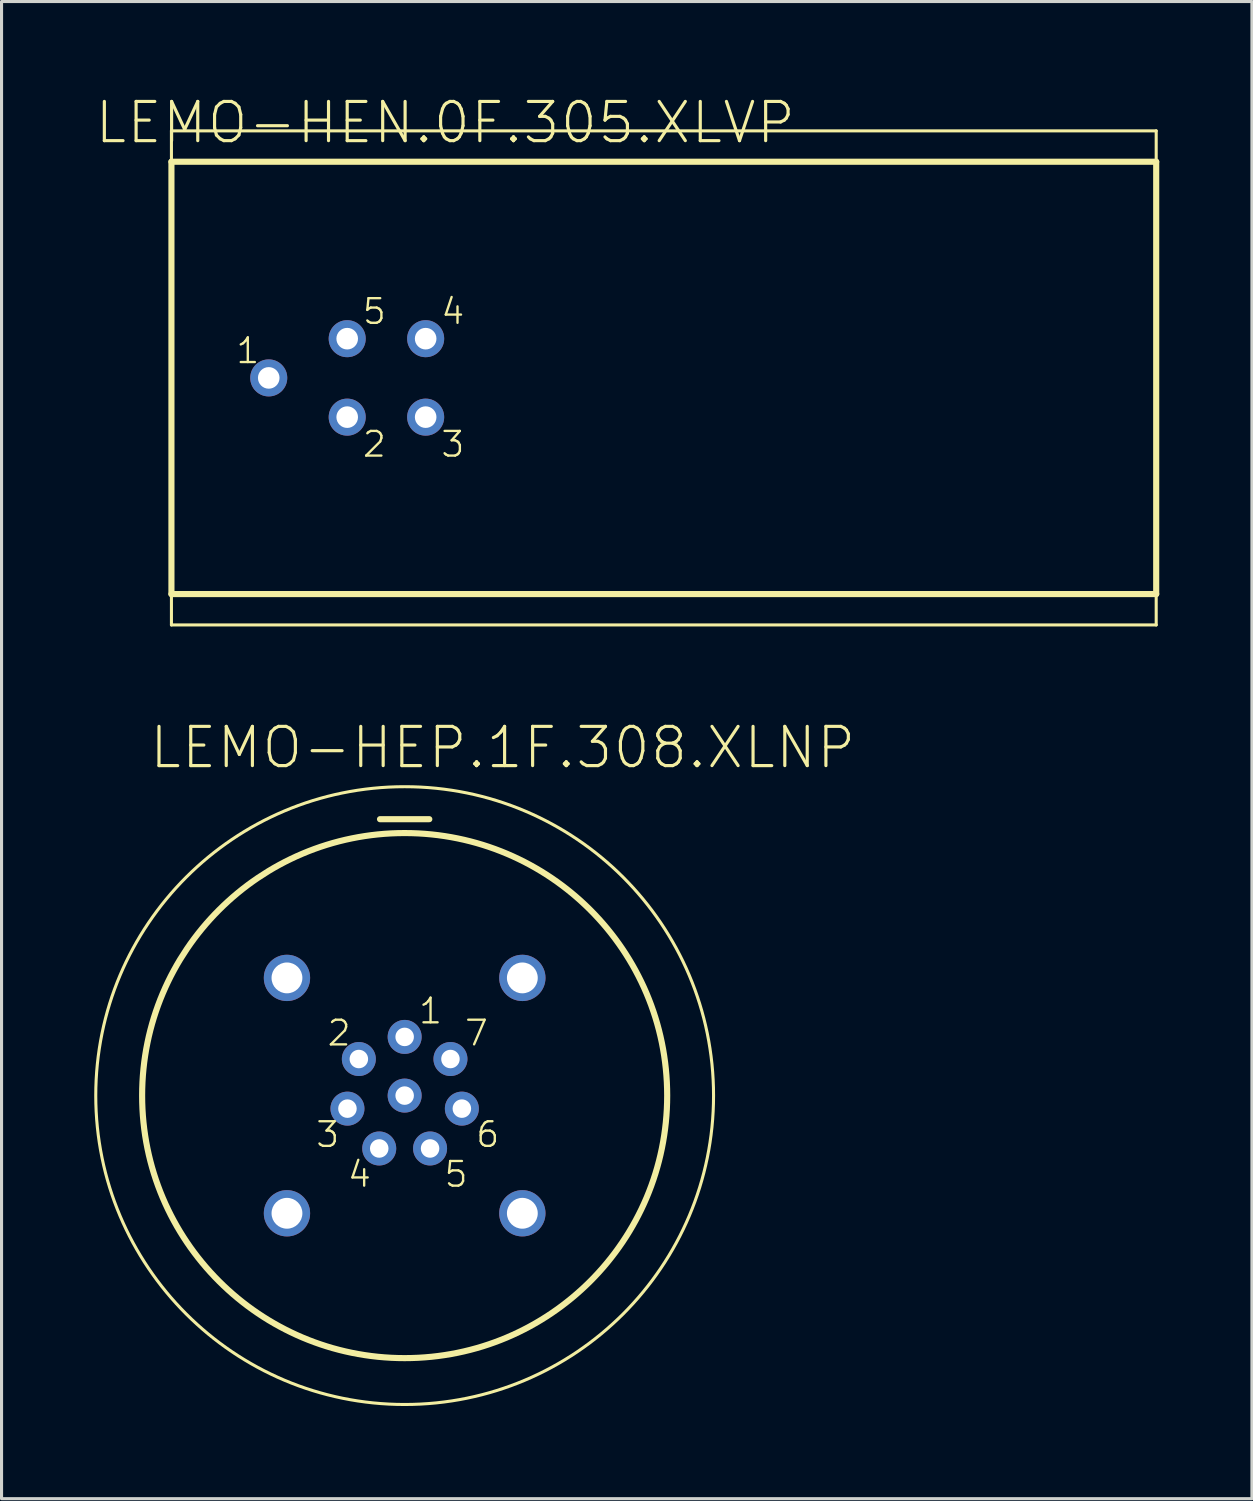
<source format=kicad_pcb>
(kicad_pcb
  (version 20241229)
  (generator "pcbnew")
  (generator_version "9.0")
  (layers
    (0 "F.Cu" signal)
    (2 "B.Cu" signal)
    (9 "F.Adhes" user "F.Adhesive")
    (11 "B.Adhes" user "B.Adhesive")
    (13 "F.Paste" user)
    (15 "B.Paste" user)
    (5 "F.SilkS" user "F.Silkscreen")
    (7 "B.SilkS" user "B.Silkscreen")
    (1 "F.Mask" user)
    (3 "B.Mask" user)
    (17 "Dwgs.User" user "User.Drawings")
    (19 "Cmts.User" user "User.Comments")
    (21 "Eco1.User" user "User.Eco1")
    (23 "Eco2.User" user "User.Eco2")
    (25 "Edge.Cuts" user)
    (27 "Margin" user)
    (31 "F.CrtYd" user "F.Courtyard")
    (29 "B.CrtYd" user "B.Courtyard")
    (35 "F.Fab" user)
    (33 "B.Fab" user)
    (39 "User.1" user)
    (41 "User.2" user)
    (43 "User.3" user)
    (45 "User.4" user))
  (footprint "LEMO-HEP.1F.308.XLNP"
    (layer "F.Cu")
    (at 10.05 32.418)
    (property "Reference" "LEMO-HEP.1F.308.XLNP" (at 3.175 -11.265 0) (layer "F.SilkS") (effects (font (size 1.27 1.27) (thickness 0.102))))
    (attr exclude_from_pos_files exclude_from_bom)
    (fp_line (start -0.798 -8.948) (end 0.798 -8.948) (stroke (width 0.198) (type solid)) (layer "F.SilkS"))
    (fp_circle (center 0 0) (end 0 -10) (stroke (width 0.099) (type solid)) (fill no) (layer "F.SilkS"))
    (fp_circle (center 0 0) (end 0 -8.499) (stroke (width 0.198) (type solid)) (fill no) (layer "F.SilkS"))
    (fp_text user "4" (at -1.463 2.55 0) (layer "F.SilkS") (effects (font (size 0.798 0.798) (thickness 0.076))))
    (fp_text user "2" (at -2.123 -2.024 0) (layer "F.SilkS") (effects (font (size 0.798 0.798) (thickness 0.076))))
    (fp_text user "3" (at -2.492 1.262 0) (layer "F.SilkS") (effects (font (size 0.798 0.798) (thickness 0.076))))
    (fp_text user "6" (at 2.69 1.262 0) (layer "F.SilkS") (effects (font (size 0.798 0.798) (thickness 0.076))))
    (fp_text user "7" (at 2.324 -2.024 0) (layer "F.SilkS") (effects (font (size 0.798 0.798) (thickness 0.076))))
    (fp_text user "1" (at 0.838 -2.738 0) (layer "F.SilkS") (effects (font (size 0.798 0.798) (thickness 0.076))))
    (fp_text user "5" (at 1.664 2.55 0) (layer "F.SilkS") (effects (font (size 0.798 0.798) (thickness 0.076))))
    (pad "1" thru_hole circle (at 0 -1.9) (size 1.1 1.1) (drill 0.599) (layers "*.Cu" "*.Paste" "*.Mask"))
    (pad "2" thru_hole circle (at -1.483 -1.184) (size 1.1 1.1) (drill 0.599) (layers "*.Cu" "*.Paste" "*.Mask"))
    (pad "3" thru_hole circle (at -1.852 0.422) (size 1.1 1.1) (drill 0.599) (layers "*.Cu" "*.Paste" "*.Mask"))
    (pad "4" thru_hole circle (at -0.823 1.712) (size 1.1 1.1) (drill 0.599) (layers "*.Cu" "*.Paste" "*.Mask"))
    (pad "5" thru_hole circle (at 0.823 1.712) (size 1.1 1.1) (drill 0.599) (layers "*.Cu" "*.Paste" "*.Mask"))
    (pad "6" thru_hole circle (at 1.852 0.422) (size 1.1 1.1) (drill 0.599) (layers "*.Cu" "*.Paste" "*.Mask"))
    (pad "7" thru_hole circle (at 1.483 -1.184) (size 1.1 1.1) (drill 0.599) (layers "*.Cu" "*.Paste" "*.Mask"))
    (pad "8" thru_hole circle (at 0 0) (size 1.1 1.1) (drill 0.599) (layers "*.Cu" "*.Paste" "*.Mask"))
    (pad "10" thru_hole circle (at -3.81 3.81) (size 1.499 1.499) (drill 0.998) (layers "*.Cu" "*.Paste" "*.Mask"))
    (pad "11" thru_hole circle (at 3.81 3.81) (size 1.499 1.499) (drill 0.998) (layers "*.Cu" "*.Paste" "*.Mask"))
    (pad "12" thru_hole circle (at 3.81 -3.81) (size 1.499 1.499) (drill 0.998) (layers "*.Cu" "*.Paste" "*.Mask"))
    (pad "13" thru_hole circle (at -3.81 -3.81) (size 1.499 1.499) (drill 0.998) (layers "*.Cu" "*.Paste" "*.Mask")))
  (footprint "LEMO-HEN.0F.305.XLVP"
    (layer "F.Cu")
    (at 8.19 9.184)
    (property "Reference" "LEMO-HEN.0F.305.XLVP" (at 3.175 -8.263 0) (layer "F.SilkS") (effects (font (size 1.27 1.27) (thickness 0.102))))
    (attr exclude_from_pos_files exclude_from_bom)
    (fp_line (start -5.69 -7.998) (end -5.69 7.998) (stroke (width 0.099) (type solid)) (layer "F.SilkS"))
    (fp_line (start -5.69 -7.998) (end 26.19 -7.998) (stroke (width 0.099) (type solid)) (layer "F.SilkS"))
    (fp_line (start -5.69 -6.998) (end -5.69 6.998) (stroke (width 0.198) (type solid)) (layer "F.SilkS"))
    (fp_line (start -5.69 -6.998) (end 26.19 -6.998) (stroke (width 0.198) (type solid)) (layer "F.SilkS"))
    (fp_line (start -5.69 6.998) (end 26.19 6.998) (stroke (width 0.198) (type solid)) (layer "F.SilkS"))
    (fp_line (start -5.69 7.998) (end 26.19 7.998) (stroke (width 0.099) (type solid)) (layer "F.SilkS"))
    (fp_line (start 26.19 -7.998) (end 26.19 7.998) (stroke (width 0.099) (type solid)) (layer "F.SilkS"))
    (fp_line (start 26.19 -6.998) (end 26.19 6.998) (stroke (width 0.198) (type solid)) (layer "F.SilkS"))
    (fp_text user "2" (at 0.879 2.149 0) (layer "F.SilkS") (effects (font (size 0.798 0.798) (thickness 0.076))))
    (fp_text user "1" (at -3.218 -0.879 0) (layer "F.SilkS") (effects (font (size 0.798 0.798) (thickness 0.076))))
    (fp_text user "3" (at 3.419 2.149 0) (layer "F.SilkS") (effects (font (size 0.798 0.798) (thickness 0.076))))
    (fp_text user "4" (at 3.419 -2.149 0) (layer "F.SilkS") (effects (font (size 0.798 0.798) (thickness 0.076))))
    (fp_text user "5" (at 0.879 -2.149 0) (layer "F.SilkS") (effects (font (size 0.798 0.798) (thickness 0.076))))
    (pad "1" thru_hole circle (at -2.54 0) (size 1.199 1.199) (drill 0.699) (layers "*.Cu" "*.Paste" "*.Mask"))
    (pad "2" thru_hole circle (at 0 1.27) (size 1.199 1.199) (drill 0.699) (layers "*.Cu" "*.Paste" "*.Mask"))
    (pad "3" thru_hole circle (at 2.54 1.27) (size 1.199 1.199) (drill 0.699) (layers "*.Cu" "*.Paste" "*.Mask"))
    (pad "4" thru_hole circle (at 2.54 -1.27) (size 1.199 1.199) (drill 0.699) (layers "*.Cu" "*.Paste" "*.Mask"))
    (pad "5" thru_hole circle (at 0 -1.27) (size 1.199 1.199) (drill 0.699) (layers "*.Cu" "*.Paste" "*.Mask")))
  (gr_rect
    (start -3 -3)
    (end 37.479 45.468)
    (stroke (width 0.1) (type default))
    (fill no)
    (layer "Edge.Cuts")))
</source>
